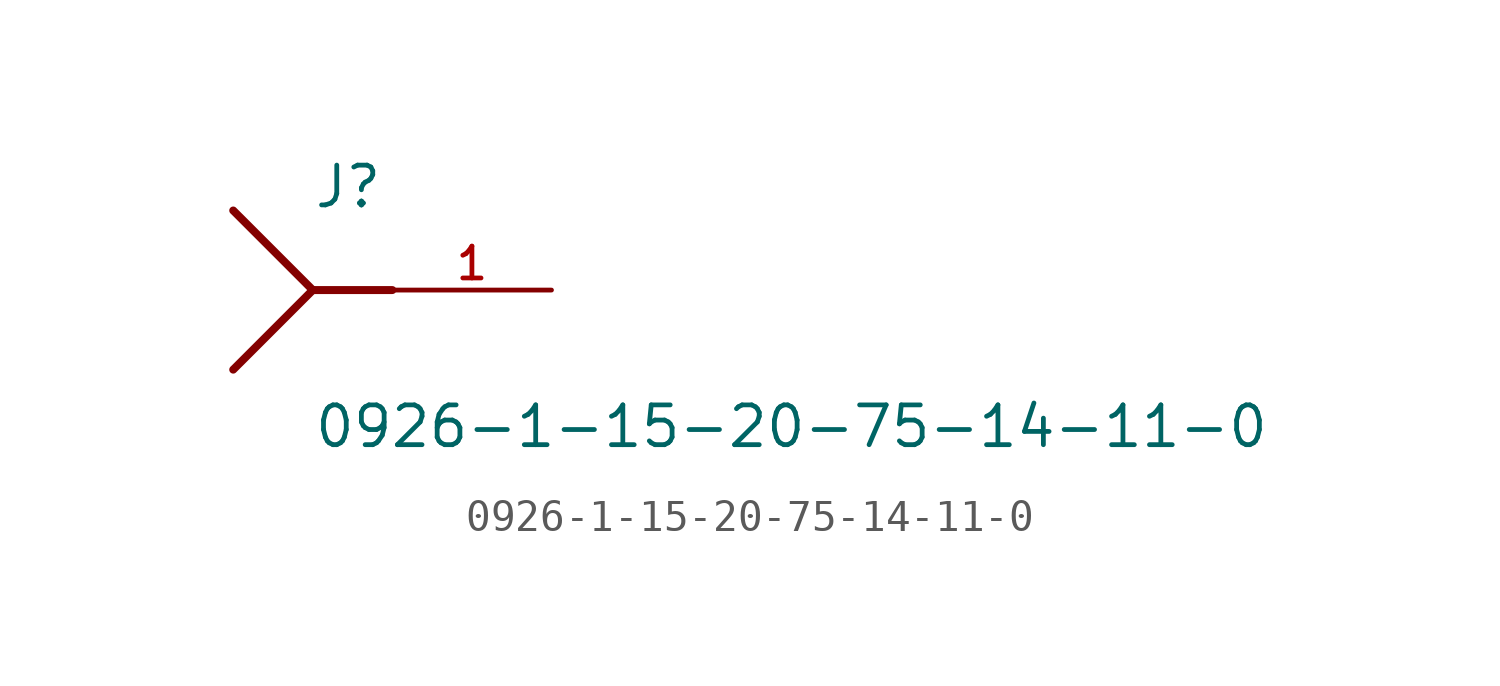
<source format=kicad_sym>
(kicad_symbol_lib
  (version 20211014)
  (generator kicad_symbol_editor)
  (symbol "0926-1-15-20-75-14-11-0"
    (pin_names
      (offset 1.016))
    (property "Reference" "J"
      (at 0.0 2.555 0)
      (effects (font (size 1.27 1.27)) (justify bottom left)))
    (property "Value" "0926-1-15-20-75-14-11-0"
      (at 0.0 -5.099 0)
      (effects (font (size 1.27 1.27)) (justify bottom left)))
    (symbol "0926-1-15-20-75-14-11-0_0_0"
      (polyline (pts (xy 2.54 0.0) (xy 0.0 0.0)) (stroke (width 0.254)))
      (polyline (pts (xy 0.0 0.0) (xy -2.54 2.54)) (stroke (width 0.254)))
      (polyline (pts (xy 0.0 0.0) (xy -2.54 -2.54)) (stroke (width 0.254)))
      (pin passive line (at 7.62 0.0 180.0) (length 5.08) (name "~" (effects (font (size 1.016 1.016)))) (number "1" (effects (font (size 1.016 1.016))))))))
</source>
